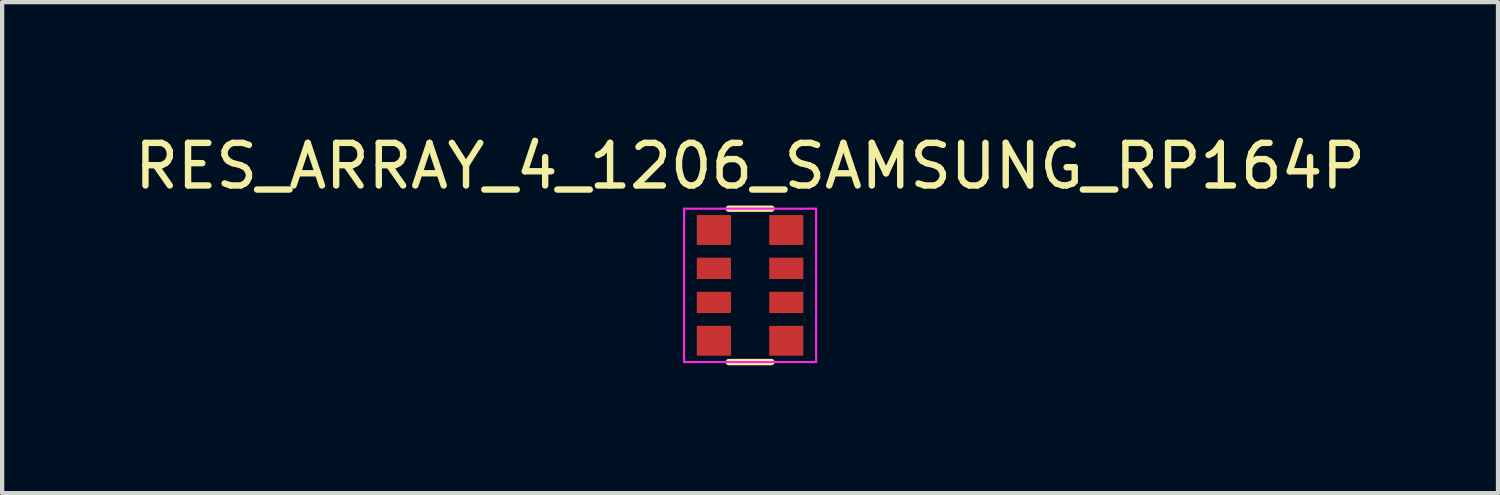
<source format=kicad_pcb>
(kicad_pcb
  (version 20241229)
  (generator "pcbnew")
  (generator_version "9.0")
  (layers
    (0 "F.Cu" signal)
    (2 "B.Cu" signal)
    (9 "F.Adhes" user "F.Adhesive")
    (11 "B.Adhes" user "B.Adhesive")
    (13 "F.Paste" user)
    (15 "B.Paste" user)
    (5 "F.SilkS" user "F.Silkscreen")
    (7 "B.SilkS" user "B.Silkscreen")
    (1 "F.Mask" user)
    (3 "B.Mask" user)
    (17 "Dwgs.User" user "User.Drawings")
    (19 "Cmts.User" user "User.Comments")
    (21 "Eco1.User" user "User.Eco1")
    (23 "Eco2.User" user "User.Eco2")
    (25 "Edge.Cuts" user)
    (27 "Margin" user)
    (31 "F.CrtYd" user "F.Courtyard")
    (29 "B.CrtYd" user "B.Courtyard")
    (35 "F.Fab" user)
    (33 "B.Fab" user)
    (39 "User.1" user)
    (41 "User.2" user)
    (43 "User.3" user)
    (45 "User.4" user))
  (footprint "RES_ARRAY_4_1206_SAMSUNG_RP164P"
    (layer "F.Cu")
    (at 14.554 3.648)
    (property "Reference" "RES_ARRAY_4_1206_SAMSUNG_RP164P" (at 0 -2.8 0) (layer "F.SilkS") (effects (font (size 1 1) (thickness 0.15))))
    (attr smd)
    (fp_line (start 0.5 -1.8) (end -0.5 -1.8) (stroke (width 0.15) (type solid)) (layer "F.SilkS"))
    (fp_line (start 0.5 1.8) (end -0.5 1.8) (stroke (width 0.15) (type solid)) (layer "F.SilkS"))
    (fp_line (start -1.55 -1.8) (end -1.55 1.8) (stroke (width 0.05) (type solid)) (layer "F.CrtYd"))
    (fp_line (start -1.55 -1.8) (end 1.55 -1.8) (stroke (width 0.05) (type solid)) (layer "F.CrtYd"))
    (fp_line (start -1.55 1.8) (end 1.55 1.8) (stroke (width 0.05) (type solid)) (layer "F.CrtYd"))
    (fp_line (start 1.55 -1.8) (end 1.55 1.8) (stroke (width 0.05) (type solid)) (layer "F.CrtYd"))
    (pad "1" smd rect (at -0.85 -1.3) (size 0.8 0.7) (layers "F.Cu" "F.Mask" "F.Paste"))
    (pad "2" smd rect (at -0.85 -0.4) (size 0.8 0.5) (layers "F.Cu" "F.Mask" "F.Paste"))
    (pad "3" smd rect (at -0.85 0.4) (size 0.8 0.5) (layers "F.Cu" "F.Mask" "F.Paste"))
    (pad "4" smd rect (at -0.85 1.3) (size 0.8 0.7) (layers "F.Cu" "F.Mask" "F.Paste"))
    (pad "5" smd rect (at 0.85 1.3) (size 0.8 0.7) (layers "F.Cu" "F.Mask" "F.Paste"))
    (pad "6" smd rect (at 0.85 0.4) (size 0.8 0.5) (layers "F.Cu" "F.Mask" "F.Paste"))
    (pad "7" smd rect (at 0.85 -0.4) (size 0.8 0.5) (layers "F.Cu" "F.Mask" "F.Paste"))
    (pad "8" smd rect (at 0.85 -1.3) (size 0.8 0.7) (layers "F.Cu" "F.Mask" "F.Paste")))
  (gr_rect
    (start -3 -3)
    (end 32.107 8.523)
    (stroke (width 0.1) (type default))
    (fill no)
    (layer "Edge.Cuts")))
</source>
